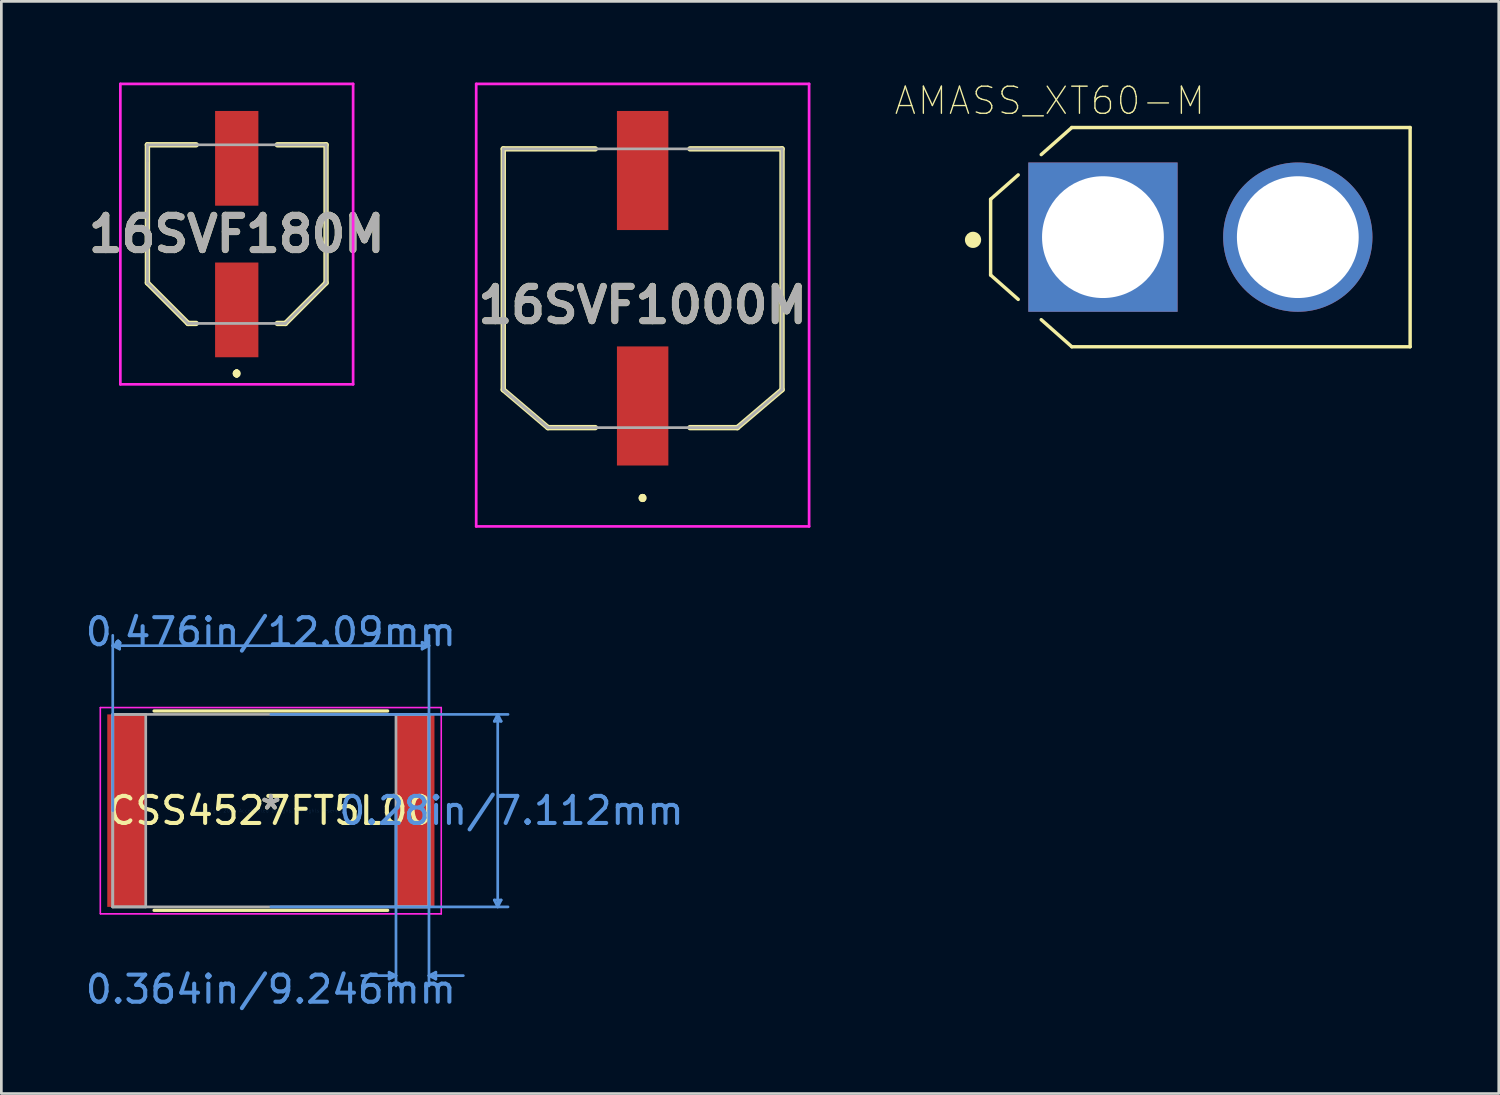
<source format=kicad_pcb>
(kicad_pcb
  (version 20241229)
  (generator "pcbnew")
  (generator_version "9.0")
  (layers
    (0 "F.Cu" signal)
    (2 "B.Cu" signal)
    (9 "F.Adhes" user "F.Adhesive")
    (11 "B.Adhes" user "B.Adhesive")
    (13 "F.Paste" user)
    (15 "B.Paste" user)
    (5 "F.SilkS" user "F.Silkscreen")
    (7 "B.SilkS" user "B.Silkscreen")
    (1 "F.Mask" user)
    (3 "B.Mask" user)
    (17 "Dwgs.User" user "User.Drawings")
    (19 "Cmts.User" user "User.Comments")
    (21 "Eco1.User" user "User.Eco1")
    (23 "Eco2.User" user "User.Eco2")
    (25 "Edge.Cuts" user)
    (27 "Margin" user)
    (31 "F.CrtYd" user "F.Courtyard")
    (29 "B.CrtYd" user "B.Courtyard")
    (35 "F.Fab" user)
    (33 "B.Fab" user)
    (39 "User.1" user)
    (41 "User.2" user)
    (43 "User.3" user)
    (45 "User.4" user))
  (footprint "16SVF1000M"
    (layer "F.Cu")
    (at 20.695 7.6)
    (property "Reference" "16SVF1000M" (at 0 0.625 0) (layer "F.SilkS") (effects (font (size 1.27 1.27) (thickness 0.254))))
    (attr smd)
    (fp_line (start -5.15 -5.15) (end -1.75 -5.15) (stroke (width 0.2) (type solid)) (layer "F.SilkS"))
    (fp_line (start -5.15 3.75) (end -5.15 -5.15) (stroke (width 0.2) (type solid)) (layer "F.SilkS"))
    (fp_line (start -3.5 5.15) (end -5.15 3.75) (stroke (width 0.2) (type solid)) (layer "F.SilkS"))
    (fp_line (start -1.75 5.15) (end -3.5 5.15) (stroke (width 0.2) (type solid)) (layer "F.SilkS"))
    (fp_line (start 0 7.7) (end 0 7.7) (stroke (width 0.2) (type solid)) (layer "F.SilkS"))
    (fp_line (start 0 7.7) (end 0 7.7) (stroke (width 0.2) (type solid)) (layer "F.SilkS"))
    (fp_line (start 0 7.8) (end 0 7.8) (stroke (width 0.2) (type solid)) (layer "F.SilkS"))
    (fp_line (start 1.75 -5.15) (end 5.15 -5.15) (stroke (width 0.2) (type solid)) (layer "F.SilkS"))
    (fp_line (start 3.5 5.15) (end 1.75 5.15) (stroke (width 0.2) (type solid)) (layer "F.SilkS"))
    (fp_line (start 5.15 -5.15) (end 5.15 3.75) (stroke (width 0.2) (type solid)) (layer "F.SilkS"))
    (fp_line (start 5.15 3.75) (end 3.5 5.15) (stroke (width 0.2) (type solid)) (layer "F.SilkS"))
    (fp_arc (start 0 7.7) (mid 0.05 7.75) (end 0 7.8) (stroke (width 0.2) (type solid)) (layer "F.SilkS"))
    (fp_arc (start 0 7.8) (mid -0.05 7.75) (end 0 7.7) (stroke (width 0.2) (type solid)) (layer "F.SilkS"))
    (fp_arc (start 0 7.8) (mid -0.05 7.75) (end 0 7.7) (stroke (width 0.2) (type solid)) (layer "F.SilkS"))
    (fp_line (start -6.15 -7.55) (end 6.15 -7.55) (stroke (width 0.1) (type solid)) (layer "F.CrtYd"))
    (fp_line (start -6.15 8.8) (end -6.15 -7.55) (stroke (width 0.1) (type solid)) (layer "F.CrtYd"))
    (fp_line (start 6.15 -7.55) (end 6.15 8.8) (stroke (width 0.1) (type solid)) (layer "F.CrtYd"))
    (fp_line (start 6.15 8.8) (end -6.15 8.8) (stroke (width 0.1) (type solid)) (layer "F.CrtYd"))
    (fp_line (start -5.15 -5.15) (end -5.15 3.75) (stroke (width 0.1) (type solid)) (layer "F.Fab"))
    (fp_line (start -5.15 3.75) (end -3.5 5.15) (stroke (width 0.1) (type solid)) (layer "F.Fab"))
    (fp_line (start -5.15 3.75) (end -3.5 5.15) (stroke (width 0.1) (type solid)) (layer "F.Fab"))
    (fp_line (start -3.5 5.15) (end 3.5 5.15) (stroke (width 0.1) (type solid)) (layer "F.Fab"))
    (fp_line (start 3.5 5.15) (end 5.15 3.75) (stroke (width 0.1) (type solid)) (layer "F.Fab"))
    (fp_line (start 5.15 -5.15) (end -5.15 -5.15) (stroke (width 0.1) (type solid)) (layer "F.Fab"))
    (fp_line (start 5.15 3.75) (end 5.15 -5.15) (stroke (width 0.1) (type solid)) (layer "F.Fab"))
    (fp_text user "${REFERENCE}" (at 0 0.625 0) (layer "F.Fab") (effects (font (size 1.27 1.27) (thickness 0.254))))
    (pad "1" smd rect (at 0 4.35) (size 1.9 4.4) (layers "F.Cu" "F.Mask" "F.Paste"))
    (pad "2" smd rect (at 0 -4.35) (size 1.9 4.4) (layers "F.Cu" "F.Mask" "F.Paste")))
  (footprint "16SVF180M"
    (layer "F.Cu")
    (at 5.697 5.6)
    (property "Reference" "16SVF180M" (at 0 0 0) (layer "F.SilkS") (effects (font (size 1.27 1.27) (thickness 0.254))))
    (attr smd)
    (fp_line (start -3.3 -3.3) (end -3.3 1.8) (stroke (width 0.2) (type solid)) (layer "F.SilkS"))
    (fp_line (start -3.3 1.8) (end -1.8 3.3) (stroke (width 0.2) (type solid)) (layer "F.SilkS"))
    (fp_line (start -1.8 3.3) (end -1.5 3.3) (stroke (width 0.2) (type solid)) (layer "F.SilkS"))
    (fp_line (start -1.5 -3.3) (end -3.3 -3.3) (stroke (width 0.2) (type solid)) (layer "F.SilkS"))
    (fp_line (start 0 5.1) (end 0 5.1) (stroke (width 0.2) (type solid)) (layer "F.SilkS"))
    (fp_line (start 0 5.1) (end 0 5.1) (stroke (width 0.2) (type solid)) (layer "F.SilkS"))
    (fp_line (start 0 5.2) (end 0 5.2) (stroke (width 0.2) (type solid)) (layer "F.SilkS"))
    (fp_line (start 1.5 3.3) (end 1.8 3.3) (stroke (width 0.2) (type solid)) (layer "F.SilkS"))
    (fp_line (start 1.8 3.3) (end 3.3 1.8) (stroke (width 0.2) (type solid)) (layer "F.SilkS"))
    (fp_line (start 3.3 -3.3) (end 1.5 -3.3) (stroke (width 0.2) (type solid)) (layer "F.SilkS"))
    (fp_line (start 3.3 1.8) (end 3.3 -3.3) (stroke (width 0.2) (type solid)) (layer "F.SilkS"))
    (fp_arc (start 0 5.1) (mid 0.05 5.15) (end 0 5.2) (stroke (width 0.2) (type solid)) (layer "F.SilkS"))
    (fp_arc (start 0 5.2) (mid -0.05 5.15) (end 0 5.1) (stroke (width 0.2) (type solid)) (layer "F.SilkS"))
    (fp_arc (start 0 5.2) (mid -0.05 5.15) (end 0 5.1) (stroke (width 0.2) (type solid)) (layer "F.SilkS"))
    (fp_line (start -4.3 -5.55) (end 4.3 -5.55) (stroke (width 0.1) (type solid)) (layer "F.CrtYd"))
    (fp_line (start -4.3 5.55) (end -4.3 -5.55) (stroke (width 0.1) (type solid)) (layer "F.CrtYd"))
    (fp_line (start 4.3 -5.55) (end 4.3 5.55) (stroke (width 0.1) (type solid)) (layer "F.CrtYd"))
    (fp_line (start 4.3 5.55) (end -4.3 5.55) (stroke (width 0.1) (type solid)) (layer "F.CrtYd"))
    (fp_line (start -3.3 -3.3) (end -3.3 -2.7) (stroke (width 0.1) (type solid)) (layer "F.Fab"))
    (fp_line (start -3.3 -2.7) (end -3.3 1.8) (stroke (width 0.1) (type solid)) (layer "F.Fab"))
    (fp_line (start -3.3 1.8) (end -1.8 3.3) (stroke (width 0.1) (type solid)) (layer "F.Fab"))
    (fp_line (start -1.8 3.3) (end 1.8 3.3) (stroke (width 0.1) (type solid)) (layer "F.Fab"))
    (fp_line (start 1.8 3.3) (end 3.3 1.8) (stroke (width 0.1) (type solid)) (layer "F.Fab"))
    (fp_line (start 3.3 -3.3) (end -3.3 -3.3) (stroke (width 0.1) (type solid)) (layer "F.Fab"))
    (fp_line (start 3.3 1.8) (end 3.3 -3.3) (stroke (width 0.1) (type solid)) (layer "F.Fab"))
    (fp_text user "${REFERENCE}" (at 0 0 0) (layer "F.Fab") (effects (font (size 1.27 1.27) (thickness 0.254))))
    (pad "1" smd rect (at 0 2.8) (size 1.6 3.5) (layers "F.Cu" "F.Mask" "F.Paste"))
    (pad "2" smd rect (at 0 -2.8) (size 1.6 3.5) (layers "F.Cu" "F.Mask" "F.Paste")))
  (footprint "AMASS_XT60-M"
    (layer "F.Cu")
    (at 41.302 5.712)
    (property "Reference" "AMASS_XT60-M" (at -5.564 -5.038 0) (layer "F.SilkS") (effects (font (size 1.001 1.001) (thickness 0.05))))
    (attr through_hole)
    (fp_line (start -7.75 -1.4) (end -6.73 -2.3) (stroke (width 0.127) (type solid)) (layer "F.SilkS"))
    (fp_line (start -7.75 1.4) (end -7.75 -1.4) (stroke (width 0.127) (type solid)) (layer "F.SilkS"))
    (fp_line (start -7.75 1.4) (end -6.73 2.3) (stroke (width 0.127) (type solid)) (layer "F.SilkS"))
    (fp_line (start -4.75 -4.05) (end -5.88 -3.05) (stroke (width 0.127) (type solid)) (layer "F.SilkS"))
    (fp_line (start -4.75 -4.05) (end 7.75 -4.05) (stroke (width 0.127) (type solid)) (layer "F.SilkS"))
    (fp_line (start -4.75 4.05) (end -5.88 3.05) (stroke (width 0.127) (type solid)) (layer "F.SilkS"))
    (fp_line (start 7.75 -4.05) (end 7.75 4.05) (stroke (width 0.127) (type solid)) (layer "F.SilkS"))
    (fp_line (start 7.75 4.05) (end -4.75 4.05) (stroke (width 0.127) (type solid)) (layer "F.SilkS"))
    (fp_circle (center -8.4 0.1) (end -8.25 0.1) (stroke (width 0.3) (type solid)) (fill no) (layer "F.SilkS"))
    (fp_line (start -8 -4.3) (end 8 -4.3) (stroke (width 0.05) (type solid)) (layer "Eco1.User"))
    (fp_line (start -8 4.3) (end -8 -4.3) (stroke (width 0.05) (type solid)) (layer "Eco1.User"))
    (fp_line (start 8 -4.3) (end 8 4.3) (stroke (width 0.05) (type solid)) (layer "Eco1.User"))
    (fp_line (start 8 4.3) (end -8 4.3) (stroke (width 0.05) (type solid)) (layer "Eco1.User"))
    (fp_line (start -7.75 1.4) (end -7.75 -1.4) (stroke (width 0.127) (type solid)) (layer "Eco2.User"))
    (fp_line (start -4.75 -4.05) (end -7.75 -1.4) (stroke (width 0.127) (type solid)) (layer "Eco2.User"))
    (fp_line (start -4.75 -4.05) (end 7.75 -4.05) (stroke (width 0.127) (type solid)) (layer "Eco2.User"))
    (fp_line (start -4.75 4.05) (end -7.75 1.4) (stroke (width 0.127) (type solid)) (layer "Eco2.User"))
    (fp_line (start 7.75 -4.05) (end 7.75 4.05) (stroke (width 0.127) (type solid)) (layer "Eco2.User"))
    (fp_line (start 7.75 4.05) (end -4.75 4.05) (stroke (width 0.127) (type solid)) (layer "Eco2.User"))
    (pad "1" thru_hole rect (at -3.6 0) (size 5.516 5.516) (drill 4.5) (layers "*.Cu" "*.Mask"))
    (pad "2" thru_hole circle (at 3.6 0) (size 5.516 5.516) (drill 4.5) (layers "*.Cu" "*.Mask")))
  (footprint "CSS4527FT5L00"
    (layer "F.Cu")
    (at 6.958 26.902)
    (property "Reference" "CSS4527FT5L00" (at 0 0 0) (layer "F.SilkS") (effects (font (size 1 1) (thickness 0.15))))
    (attr through_hole)
    (fp_line (start -4.315 3.683) (end 4.315 3.683) (stroke (width 0.12) (type solid)) (layer "F.SilkS"))
    (fp_line (start 4.315 -3.683) (end -4.315 -3.683) (stroke (width 0.12) (type solid)) (layer "F.SilkS"))
    (fp_line (start -5.842 -6.096) (end -5.588 -6.223) (stroke (width 0.1) (type solid)) (layer "Cmts.User"))
    (fp_line (start -5.842 -6.096) (end -5.588 -5.969) (stroke (width 0.1) (type solid)) (layer "Cmts.User"))
    (fp_line (start -5.842 -6.096) (end 5.842 -6.096) (stroke (width 0.1) (type solid)) (layer "Cmts.User"))
    (fp_line (start -5.842 0) (end -5.842 -6.477) (stroke (width 0.1) (type solid)) (layer "Cmts.User"))
    (fp_line (start -5.588 -6.223) (end -5.588 -5.969) (stroke (width 0.1) (type solid)) (layer "Cmts.User"))
    (fp_line (start 0 -3.556) (end 8.763 -3.556) (stroke (width 0.1) (type solid)) (layer "Cmts.User"))
    (fp_line (start 0 3.556) (end 8.763 3.556) (stroke (width 0.1) (type solid)) (layer "Cmts.User"))
    (fp_line (start 4.369 5.969) (end 4.369 6.223) (stroke (width 0.1) (type solid)) (layer "Cmts.User"))
    (fp_line (start 4.623 0) (end 4.623 6.477) (stroke (width 0.1) (type solid)) (layer "Cmts.User"))
    (fp_line (start 4.623 6.096) (end 3.353 6.096) (stroke (width 0.1) (type solid)) (layer "Cmts.User"))
    (fp_line (start 4.623 6.096) (end 4.369 5.969) (stroke (width 0.1) (type solid)) (layer "Cmts.User"))
    (fp_line (start 4.623 6.096) (end 4.369 6.223) (stroke (width 0.1) (type solid)) (layer "Cmts.User"))
    (fp_line (start 5.588 -6.223) (end 5.588 -5.969) (stroke (width 0.1) (type solid)) (layer "Cmts.User"))
    (fp_line (start 5.842 -6.096) (end 5.588 -6.223) (stroke (width 0.1) (type solid)) (layer "Cmts.User"))
    (fp_line (start 5.842 -6.096) (end 5.588 -5.969) (stroke (width 0.1) (type solid)) (layer "Cmts.User"))
    (fp_line (start 5.842 0) (end 5.842 -6.477) (stroke (width 0.1) (type solid)) (layer "Cmts.User"))
    (fp_line (start 5.842 0) (end 5.842 6.477) (stroke (width 0.1) (type solid)) (layer "Cmts.User"))
    (fp_line (start 5.842 6.096) (end 6.096 5.969) (stroke (width 0.1) (type solid)) (layer "Cmts.User"))
    (fp_line (start 5.842 6.096) (end 6.096 6.223) (stroke (width 0.1) (type solid)) (layer "Cmts.User"))
    (fp_line (start 5.842 6.096) (end 7.112 6.096) (stroke (width 0.1) (type solid)) (layer "Cmts.User"))
    (fp_line (start 6.096 5.969) (end 6.096 6.223) (stroke (width 0.1) (type solid)) (layer "Cmts.User"))
    (fp_line (start 8.255 -3.302) (end 8.509 -3.302) (stroke (width 0.1) (type solid)) (layer "Cmts.User"))
    (fp_line (start 8.255 3.302) (end 8.509 3.302) (stroke (width 0.1) (type solid)) (layer "Cmts.User"))
    (fp_line (start 8.382 -3.556) (end 8.255 -3.302) (stroke (width 0.1) (type solid)) (layer "Cmts.User"))
    (fp_line (start 8.382 -3.556) (end 8.382 3.556) (stroke (width 0.1) (type solid)) (layer "Cmts.User"))
    (fp_line (start 8.382 -3.556) (end 8.509 -3.302) (stroke (width 0.1) (type solid)) (layer "Cmts.User"))
    (fp_line (start 8.382 3.556) (end 8.255 3.302) (stroke (width 0.1) (type solid)) (layer "Cmts.User"))
    (fp_line (start 8.382 3.556) (end 8.509 3.302) (stroke (width 0.1) (type solid)) (layer "Cmts.User"))
    (fp_line (start -6.299 -3.81) (end 6.299 -3.81) (stroke (width 0.05) (type solid)) (layer "F.CrtYd"))
    (fp_line (start -6.299 -3.81) (end 6.299 -3.81) (stroke (width 0.05) (type solid)) (layer "F.CrtYd"))
    (fp_line (start -6.299 3.81) (end -6.299 -3.81) (stroke (width 0.05) (type solid)) (layer "F.CrtYd"))
    (fp_line (start -6.299 3.81) (end -6.299 -3.81) (stroke (width 0.05) (type solid)) (layer "F.CrtYd"))
    (fp_line (start 6.299 -3.81) (end 6.299 3.81) (stroke (width 0.05) (type solid)) (layer "F.CrtYd"))
    (fp_line (start 6.299 -3.81) (end 6.299 3.81) (stroke (width 0.05) (type solid)) (layer "F.CrtYd"))
    (fp_line (start 6.299 3.81) (end -6.299 3.81) (stroke (width 0.05) (type solid)) (layer "F.CrtYd"))
    (fp_line (start 6.299 3.81) (end -6.299 3.81) (stroke (width 0.05) (type solid)) (layer "F.CrtYd"))
    (fp_line (start -5.842 -3.556) (end -5.842 3.556) (stroke (width 0.1) (type solid)) (layer "F.Fab"))
    (fp_line (start -5.842 -3.556) (end -5.842 3.556) (stroke (width 0.1) (type solid)) (layer "F.Fab"))
    (fp_line (start -5.842 3.556) (end -4.623 3.556) (stroke (width 0.1) (type solid)) (layer "F.Fab"))
    (fp_line (start -5.842 3.556) (end 5.842 3.556) (stroke (width 0.1) (type solid)) (layer "F.Fab"))
    (fp_line (start -4.623 -3.556) (end -5.842 -3.556) (stroke (width 0.1) (type solid)) (layer "F.Fab"))
    (fp_line (start -4.623 3.556) (end -4.623 -3.556) (stroke (width 0.1) (type solid)) (layer "F.Fab"))
    (fp_line (start 4.623 -3.556) (end 4.623 3.556) (stroke (width 0.1) (type solid)) (layer "F.Fab"))
    (fp_line (start 4.623 3.556) (end 5.842 3.556) (stroke (width 0.1) (type solid)) (layer "F.Fab"))
    (fp_line (start 5.842 -3.556) (end -5.842 -3.556) (stroke (width 0.1) (type solid)) (layer "F.Fab"))
    (fp_line (start 5.842 -3.556) (end 4.623 -3.556) (stroke (width 0.1) (type solid)) (layer "F.Fab"))
    (fp_line (start 5.842 3.556) (end 5.842 -3.556) (stroke (width 0.1) (type solid)) (layer "F.Fab"))
    (fp_line (start 5.842 3.556) (end 5.842 -3.556) (stroke (width 0.1) (type solid)) (layer "F.Fab"))
    (fp_text user "*" (at 0 0 0) (layer "F.SilkS") (effects (font (size 1 1) (thickness 0.15))))
    (fp_text user "Copyright 2021 Accelerated Designs. All rights reserved." (at 0 0 0) (layer "Cmts.User") (effects (font (size 0.127 0.127) (thickness 0.002))))
    (fp_text user "0.476in/12.09mm" (at 0 -6.604 0) (layer "Cmts.User") (effects (font (size 1 1) (thickness 0.15))))
    (fp_text user "0.364in/9.246mm" (at 0 6.604 0) (layer "Cmts.User") (effects (font (size 1 1) (thickness 0.15))))
    (fp_text user "0.28in/7.112mm" (at 8.89 0 0) (layer "Cmts.User") (effects (font (size 1 1) (thickness 0.15))))
    (fp_text user "*" (at 0 0 0) (layer "F.Fab") (effects (font (size 1 1) (thickness 0.15))))
    (pad "1" smd rect (at -5.334 0) (size 1.422 7.112) (layers "F.Cu" "F.Mask" "F.Paste"))
    (pad "2" smd rect (at 5.334 0) (size 1.422 7.112) (layers "F.Cu" "F.Mask" "F.Paste")))
  (gr_rect
    (start -3 -3)
    (end 52.327 37.355)
    (stroke (width 0.1) (type default))
    (fill no)
    (layer "Edge.Cuts")))
</source>
